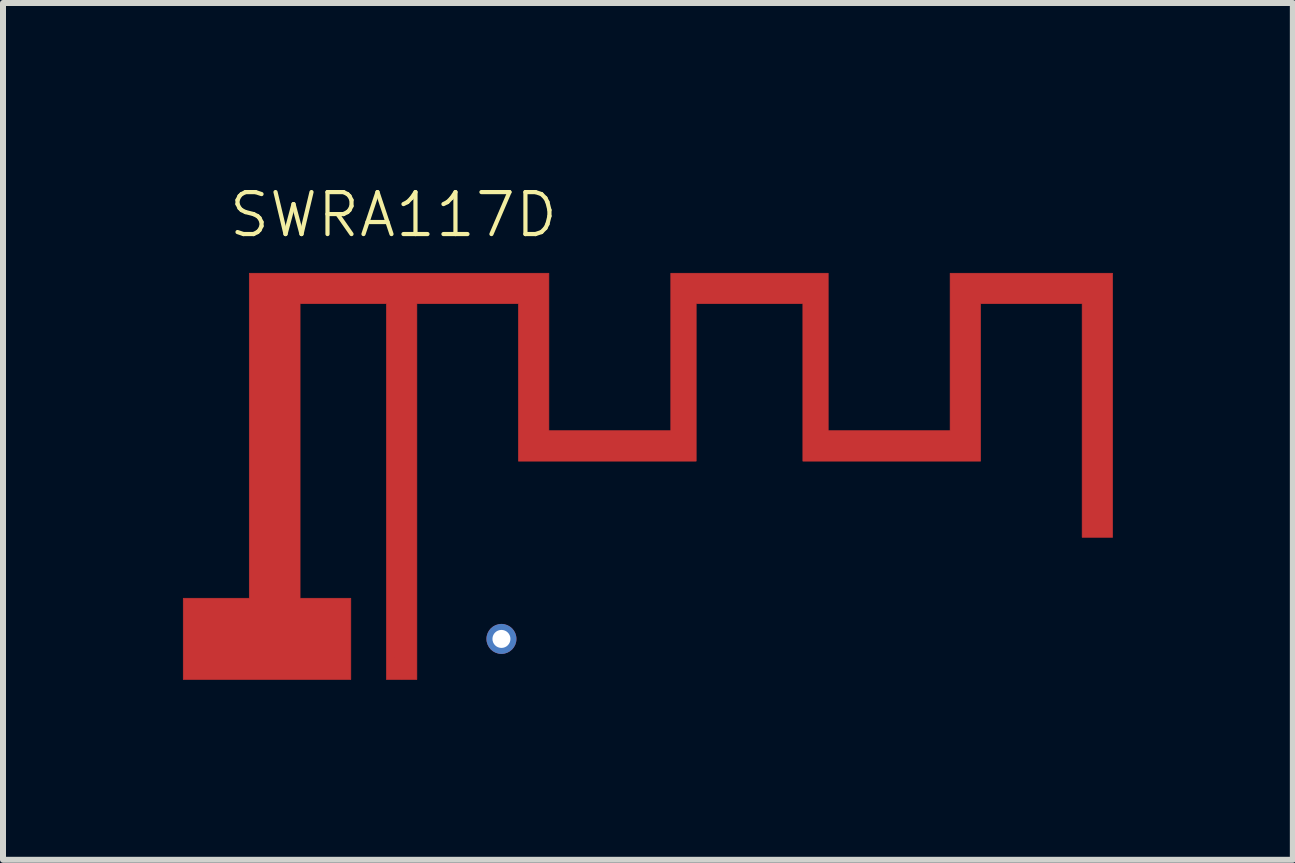
<source format=kicad_pcb>
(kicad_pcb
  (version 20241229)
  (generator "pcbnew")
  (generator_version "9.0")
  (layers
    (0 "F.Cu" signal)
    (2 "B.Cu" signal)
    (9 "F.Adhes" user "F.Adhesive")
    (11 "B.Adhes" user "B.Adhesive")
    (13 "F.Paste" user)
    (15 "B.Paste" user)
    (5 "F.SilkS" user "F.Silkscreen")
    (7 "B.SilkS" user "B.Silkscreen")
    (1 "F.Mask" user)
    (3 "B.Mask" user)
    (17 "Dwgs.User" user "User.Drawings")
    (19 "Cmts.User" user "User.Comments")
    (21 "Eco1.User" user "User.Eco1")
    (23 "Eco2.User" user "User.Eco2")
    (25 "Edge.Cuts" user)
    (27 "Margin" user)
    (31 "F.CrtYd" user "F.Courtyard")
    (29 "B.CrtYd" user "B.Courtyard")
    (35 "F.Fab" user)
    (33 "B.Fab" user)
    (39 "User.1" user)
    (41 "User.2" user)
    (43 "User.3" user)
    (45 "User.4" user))
  (footprint "SWRA117D"
    (layer "F.Cu")
    (at 7.71 4.892)
    (property "Reference" "SWRA117D" (at -4.2 -4.36 0) (layer "F.SilkS") (effects (font (size 0.7 0.7) (thickness 0.07))))
    (attr through_hole)
    (fp_poly (pts (xy -1.609 -0.762) (xy 0.423 -0.762) (xy 0.423 -3.387) (xy 3.048 -3.387) (xy 3.048 -0.762) (xy 5.08 -0.762) (xy 5.08 -3.387) (xy 7.789 -3.387) (xy 7.789 1.016) (xy 7.281 1.016) (xy 7.281 -2.879) (xy 5.588 -2.879) (xy 5.588 -0.254) (xy 2.625 -0.254) (xy 2.625 -2.879) (xy 0.847 -2.879) (xy 0.847 -0.254) (xy -2.117 -0.254) (xy -2.117 -2.879) (xy -3.81 -2.879) (xy -3.81 3.387) (xy -4.318 3.387) (xy -4.318 -2.879) (xy -5.757 -2.879) (xy -5.757 2.032) (xy -4.911 2.032) (xy -4.911 3.387) (xy -7.705 3.387) (xy -7.705 2.032) (xy -6.604 2.032) (xy -6.604 -3.387) (xy -1.609 -3.387) (xy -1.609 -0.762)) (stroke (width 0.01) (type solid)) (fill yes) (layer "F.Cu"))
    (pad "1" smd circle (at -4.06 3.18) (size 0.4 0.4) (layers "F.Cu" "F.Paste"))
    (pad "2" thru_hole circle (at -2.4 2.71) (size 0.5 0.5) (drill 0.3) (layers "*.Cu" "*.Mask")))
  (gr_rect
    (start -3 -3)
    (end 18.504 11.284)
    (stroke (width 0.1) (type default))
    (fill no)
    (layer "Edge.Cuts")))
</source>
